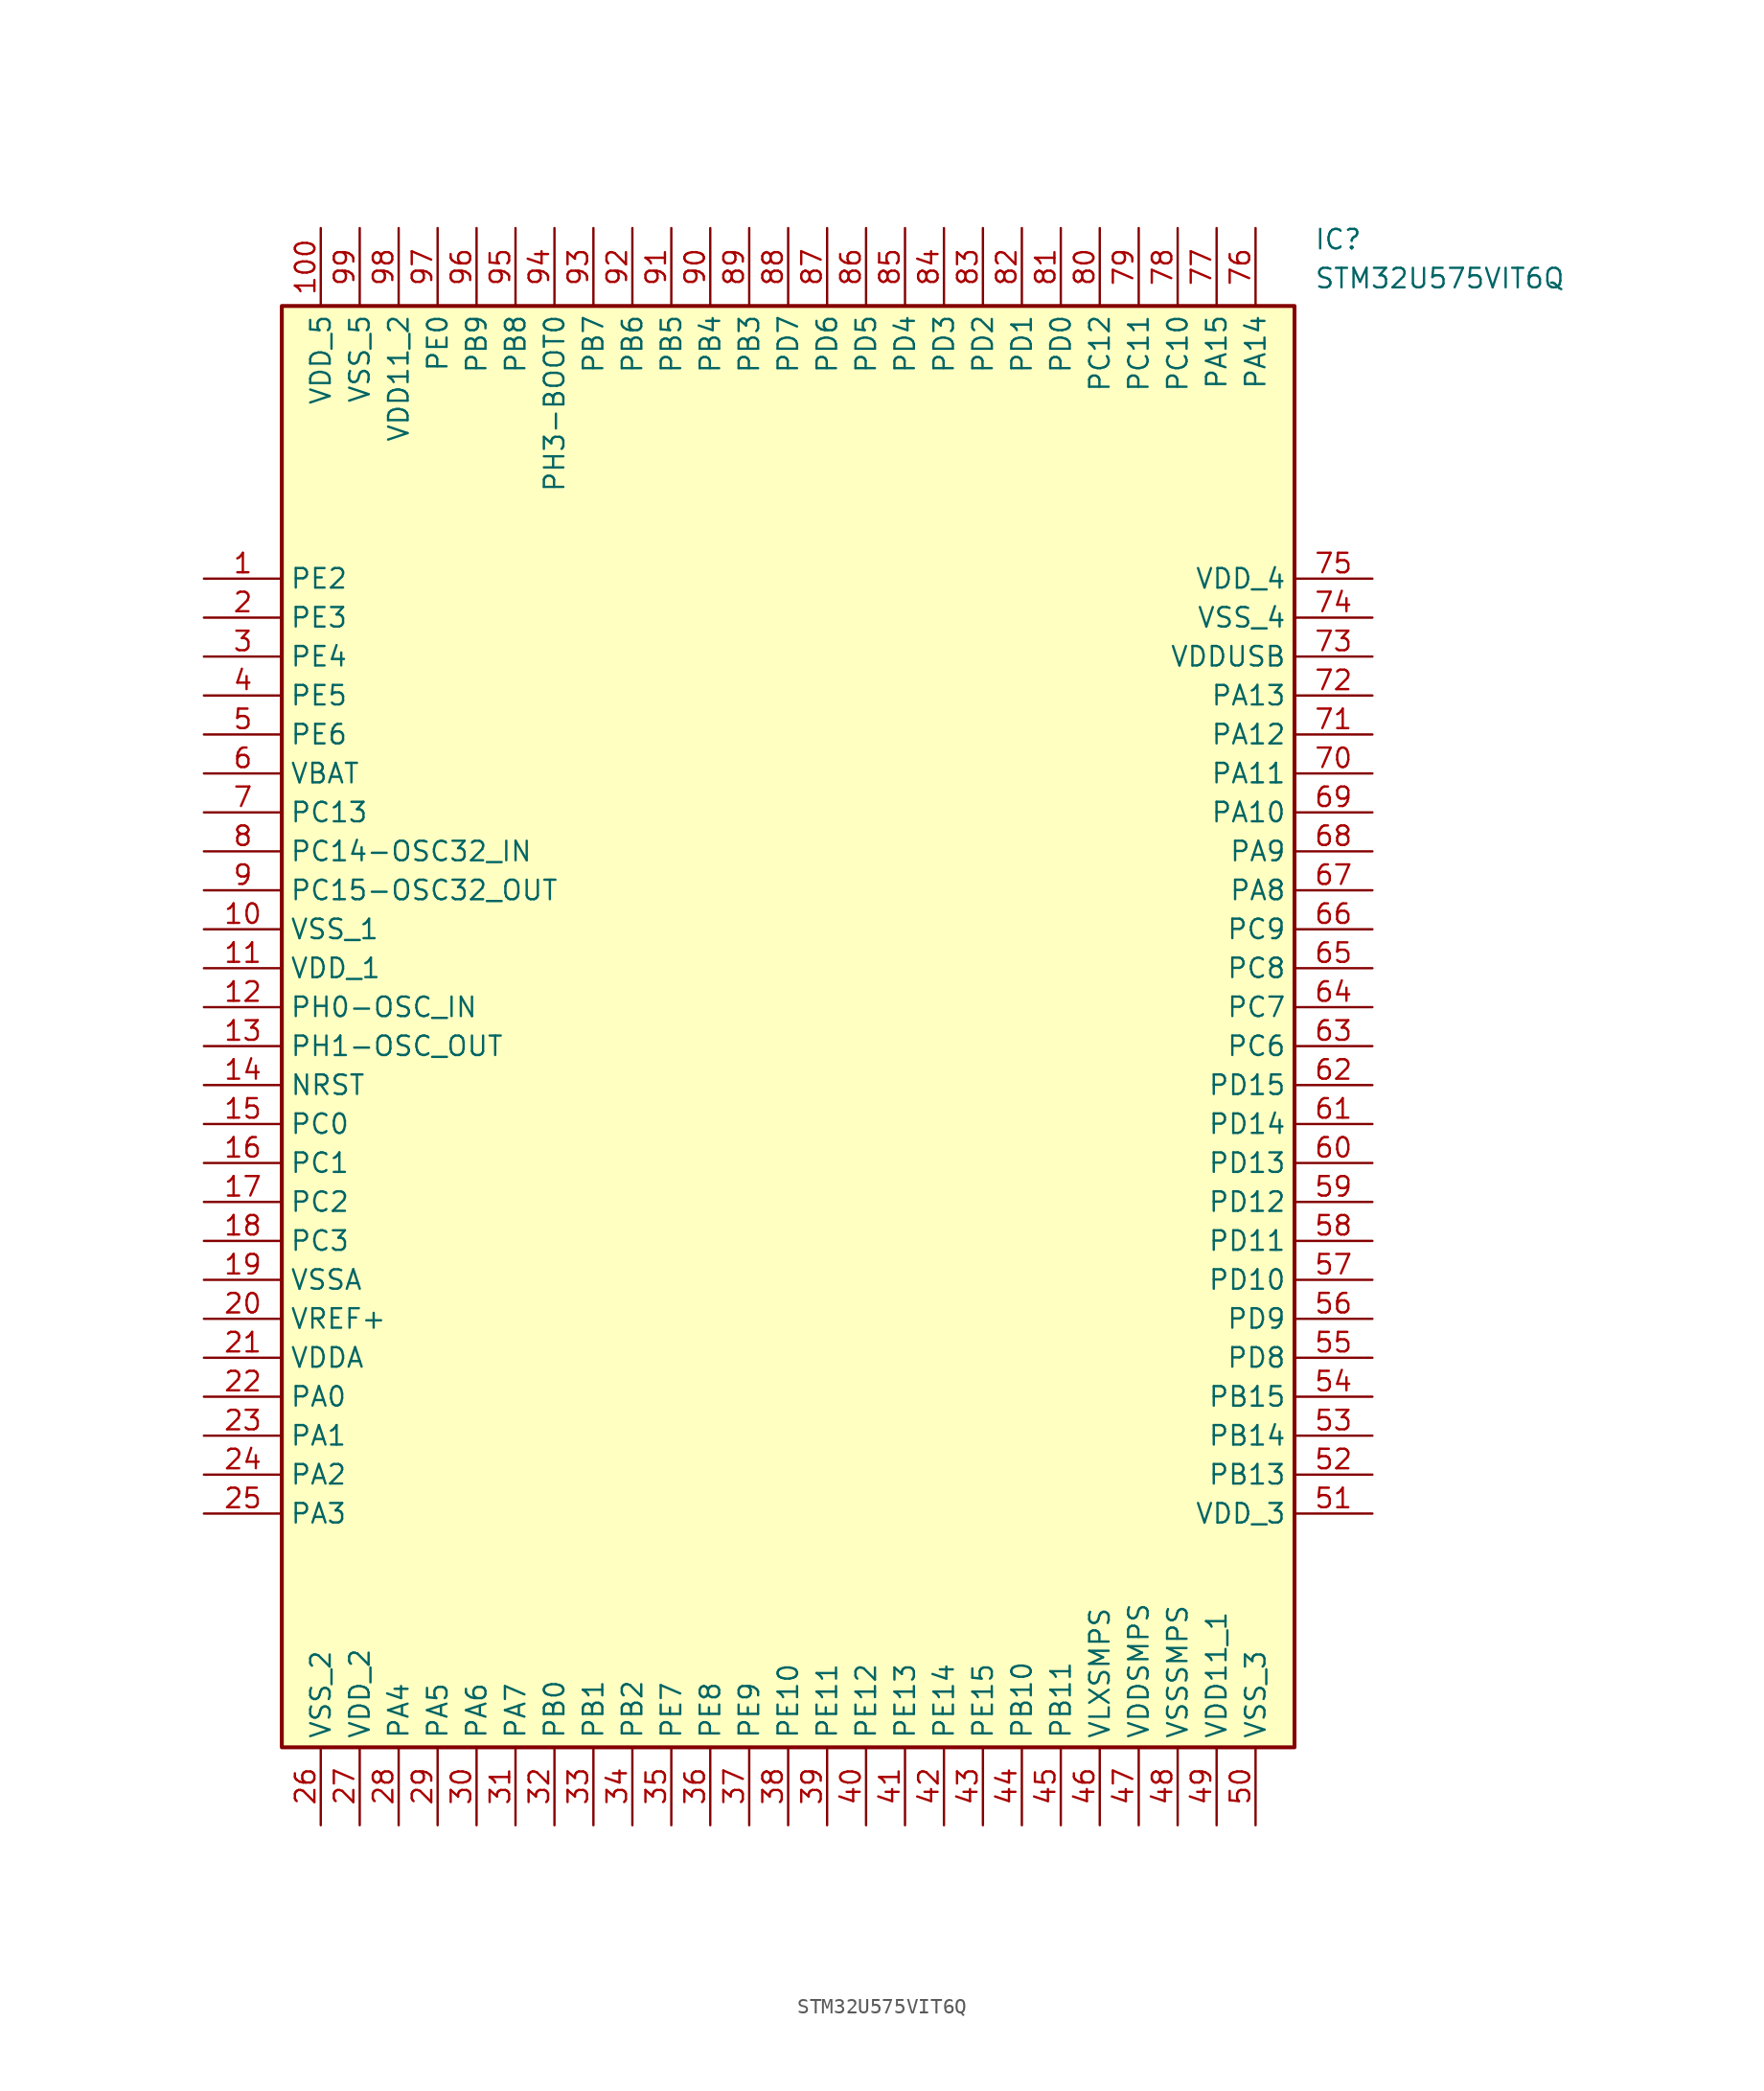
<source format=kicad_sym>
(kicad_symbol_lib
  (version 20211014)
  (generator SamacSys_ECAD_Model)
  (symbol "STM32U575VIT6Q"
    (property "Reference" "IC"
      (at 72.39 22.86 0)
      (effects (font (size 1.27 1.27)) (justify left top)))
    (property "Value" "STM32U575VIT6Q"
      (at 72.39 20.32 0)
      (effects (font (size 1.27 1.27)) (justify left top)))
    (rectangle
      (start 5.08 17.78)
      (end 71.12 -76.2)
      (stroke (width 0.254) (type default))
      (fill (type background)))
    (pin passive line
      (at 0 0 0)
      (length 5.08)
      (name "PE2" (effects (font (size 1.27 1.27))))
      (number "1" (effects (font (size 1.27 1.27)))))
    (pin passive line
      (at 0 -2.54 0)
      (length 5.08)
      (name "PE3" (effects (font (size 1.27 1.27))))
      (number "2" (effects (font (size 1.27 1.27)))))
    (pin passive line
      (at 0 -5.08 0)
      (length 5.08)
      (name "PE4" (effects (font (size 1.27 1.27))))
      (number "3" (effects (font (size 1.27 1.27)))))
    (pin passive line
      (at 0 -7.62 0)
      (length 5.08)
      (name "PE5" (effects (font (size 1.27 1.27))))
      (number "4" (effects (font (size 1.27 1.27)))))
    (pin passive line
      (at 0 -10.16 0)
      (length 5.08)
      (name "PE6" (effects (font (size 1.27 1.27))))
      (number "5" (effects (font (size 1.27 1.27)))))
    (pin passive line
      (at 0 -12.7 0)
      (length 5.08)
      (name "VBAT" (effects (font (size 1.27 1.27))))
      (number "6" (effects (font (size 1.27 1.27)))))
    (pin passive line
      (at 0 -15.24 0)
      (length 5.08)
      (name "PC13" (effects (font (size 1.27 1.27))))
      (number "7" (effects (font (size 1.27 1.27)))))
    (pin passive line
      (at 0 -17.78 0)
      (length 5.08)
      (name "PC14-OSC32_IN" (effects (font (size 1.27 1.27))))
      (number "8" (effects (font (size 1.27 1.27)))))
    (pin passive line
      (at 0 -20.32 0)
      (length 5.08)
      (name "PC15-OSC32_OUT" (effects (font (size 1.27 1.27))))
      (number "9" (effects (font (size 1.27 1.27)))))
    (pin passive line
      (at 0 -22.86 0)
      (length 5.08)
      (name "VSS_1" (effects (font (size 1.27 1.27))))
      (number "10" (effects (font (size 1.27 1.27)))))
    (pin passive line
      (at 0 -25.4 0)
      (length 5.08)
      (name "VDD_1" (effects (font (size 1.27 1.27))))
      (number "11" (effects (font (size 1.27 1.27)))))
    (pin passive line
      (at 0 -27.94 0)
      (length 5.08)
      (name "PH0-OSC_IN" (effects (font (size 1.27 1.27))))
      (number "12" (effects (font (size 1.27 1.27)))))
    (pin passive line
      (at 0 -30.48 0)
      (length 5.08)
      (name "PH1-OSC_OUT" (effects (font (size 1.27 1.27))))
      (number "13" (effects (font (size 1.27 1.27)))))
    (pin passive line
      (at 0 -33.02 0)
      (length 5.08)
      (name "NRST" (effects (font (size 1.27 1.27))))
      (number "14" (effects (font (size 1.27 1.27)))))
    (pin passive line
      (at 0 -35.56 0)
      (length 5.08)
      (name "PC0" (effects (font (size 1.27 1.27))))
      (number "15" (effects (font (size 1.27 1.27)))))
    (pin passive line
      (at 0 -38.1 0)
      (length 5.08)
      (name "PC1" (effects (font (size 1.27 1.27))))
      (number "16" (effects (font (size 1.27 1.27)))))
    (pin passive line
      (at 0 -40.64 0)
      (length 5.08)
      (name "PC2" (effects (font (size 1.27 1.27))))
      (number "17" (effects (font (size 1.27 1.27)))))
    (pin passive line
      (at 0 -43.18 0)
      (length 5.08)
      (name "PC3" (effects (font (size 1.27 1.27))))
      (number "18" (effects (font (size 1.27 1.27)))))
    (pin passive line
      (at 0 -45.72 0)
      (length 5.08)
      (name "VSSA" (effects (font (size 1.27 1.27))))
      (number "19" (effects (font (size 1.27 1.27)))))
    (pin passive line
      (at 0 -48.26 0)
      (length 5.08)
      (name "VREF+" (effects (font (size 1.27 1.27))))
      (number "20" (effects (font (size 1.27 1.27)))))
    (pin passive line
      (at 0 -50.8 0)
      (length 5.08)
      (name "VDDA" (effects (font (size 1.27 1.27))))
      (number "21" (effects (font (size 1.27 1.27)))))
    (pin passive line
      (at 0 -53.34 0)
      (length 5.08)
      (name "PA0" (effects (font (size 1.27 1.27))))
      (number "22" (effects (font (size 1.27 1.27)))))
    (pin passive line
      (at 0 -55.88 0)
      (length 5.08)
      (name "PA1" (effects (font (size 1.27 1.27))))
      (number "23" (effects (font (size 1.27 1.27)))))
    (pin passive line
      (at 0 -58.42 0)
      (length 5.08)
      (name "PA2" (effects (font (size 1.27 1.27))))
      (number "24" (effects (font (size 1.27 1.27)))))
    (pin passive line
      (at 0 -60.96 0)
      (length 5.08)
      (name "PA3" (effects (font (size 1.27 1.27))))
      (number "25" (effects (font (size 1.27 1.27)))))
    (pin passive line
      (at 7.62 -81.28 90)
      (length 5.08)
      (name "VSS_2" (effects (font (size 1.27 1.27))))
      (number "26" (effects (font (size 1.27 1.27)))))
    (pin passive line
      (at 10.16 -81.28 90)
      (length 5.08)
      (name "VDD_2" (effects (font (size 1.27 1.27))))
      (number "27" (effects (font (size 1.27 1.27)))))
    (pin passive line
      (at 12.7 -81.28 90)
      (length 5.08)
      (name "PA4" (effects (font (size 1.27 1.27))))
      (number "28" (effects (font (size 1.27 1.27)))))
    (pin passive line
      (at 15.24 -81.28 90)
      (length 5.08)
      (name "PA5" (effects (font (size 1.27 1.27))))
      (number "29" (effects (font (size 1.27 1.27)))))
    (pin passive line
      (at 17.78 -81.28 90)
      (length 5.08)
      (name "PA6" (effects (font (size 1.27 1.27))))
      (number "30" (effects (font (size 1.27 1.27)))))
    (pin passive line
      (at 20.32 -81.28 90)
      (length 5.08)
      (name "PA7" (effects (font (size 1.27 1.27))))
      (number "31" (effects (font (size 1.27 1.27)))))
    (pin passive line
      (at 22.86 -81.28 90)
      (length 5.08)
      (name "PB0" (effects (font (size 1.27 1.27))))
      (number "32" (effects (font (size 1.27 1.27)))))
    (pin passive line
      (at 25.4 -81.28 90)
      (length 5.08)
      (name "PB1" (effects (font (size 1.27 1.27))))
      (number "33" (effects (font (size 1.27 1.27)))))
    (pin passive line
      (at 27.94 -81.28 90)
      (length 5.08)
      (name "PB2" (effects (font (size 1.27 1.27))))
      (number "34" (effects (font (size 1.27 1.27)))))
    (pin passive line
      (at 30.48 -81.28 90)
      (length 5.08)
      (name "PE7" (effects (font (size 1.27 1.27))))
      (number "35" (effects (font (size 1.27 1.27)))))
    (pin passive line
      (at 33.02 -81.28 90)
      (length 5.08)
      (name "PE8" (effects (font (size 1.27 1.27))))
      (number "36" (effects (font (size 1.27 1.27)))))
    (pin passive line
      (at 35.56 -81.28 90)
      (length 5.08)
      (name "PE9" (effects (font (size 1.27 1.27))))
      (number "37" (effects (font (size 1.27 1.27)))))
    (pin passive line
      (at 38.1 -81.28 90)
      (length 5.08)
      (name "PE10" (effects (font (size 1.27 1.27))))
      (number "38" (effects (font (size 1.27 1.27)))))
    (pin passive line
      (at 40.64 -81.28 90)
      (length 5.08)
      (name "PE11" (effects (font (size 1.27 1.27))))
      (number "39" (effects (font (size 1.27 1.27)))))
    (pin passive line
      (at 43.18 -81.28 90)
      (length 5.08)
      (name "PE12" (effects (font (size 1.27 1.27))))
      (number "40" (effects (font (size 1.27 1.27)))))
    (pin passive line
      (at 45.72 -81.28 90)
      (length 5.08)
      (name "PE13" (effects (font (size 1.27 1.27))))
      (number "41" (effects (font (size 1.27 1.27)))))
    (pin passive line
      (at 48.26 -81.28 90)
      (length 5.08)
      (name "PE14" (effects (font (size 1.27 1.27))))
      (number "42" (effects (font (size 1.27 1.27)))))
    (pin passive line
      (at 50.8 -81.28 90)
      (length 5.08)
      (name "PE15" (effects (font (size 1.27 1.27))))
      (number "43" (effects (font (size 1.27 1.27)))))
    (pin passive line
      (at 53.34 -81.28 90)
      (length 5.08)
      (name "PB10" (effects (font (size 1.27 1.27))))
      (number "44" (effects (font (size 1.27 1.27)))))
    (pin passive line
      (at 55.88 -81.28 90)
      (length 5.08)
      (name "PB11" (effects (font (size 1.27 1.27))))
      (number "45" (effects (font (size 1.27 1.27)))))
    (pin passive line
      (at 58.42 -81.28 90)
      (length 5.08)
      (name "VLXSMPS" (effects (font (size 1.27 1.27))))
      (number "46" (effects (font (size 1.27 1.27)))))
    (pin passive line
      (at 60.96 -81.28 90)
      (length 5.08)
      (name "VDDSMPS" (effects (font (size 1.27 1.27))))
      (number "47" (effects (font (size 1.27 1.27)))))
    (pin passive line
      (at 63.5 -81.28 90)
      (length 5.08)
      (name "VSSSMPS" (effects (font (size 1.27 1.27))))
      (number "48" (effects (font (size 1.27 1.27)))))
    (pin passive line
      (at 66.04 -81.28 90)
      (length 5.08)
      (name "VDD11_1" (effects (font (size 1.27 1.27))))
      (number "49" (effects (font (size 1.27 1.27)))))
    (pin passive line
      (at 68.58 -81.28 90)
      (length 5.08)
      (name "VSS_3" (effects (font (size 1.27 1.27))))
      (number "50" (effects (font (size 1.27 1.27)))))
    (pin passive line
      (at 76.2 0 180)
      (length 5.08)
      (name "VDD_4" (effects (font (size 1.27 1.27))))
      (number "75" (effects (font (size 1.27 1.27)))))
    (pin passive line
      (at 76.2 -2.54 180)
      (length 5.08)
      (name "VSS_4" (effects (font (size 1.27 1.27))))
      (number "74" (effects (font (size 1.27 1.27)))))
    (pin passive line
      (at 76.2 -5.08 180)
      (length 5.08)
      (name "VDDUSB" (effects (font (size 1.27 1.27))))
      (number "73" (effects (font (size 1.27 1.27)))))
    (pin passive line
      (at 76.2 -7.62 180)
      (length 5.08)
      (name "PA13" (effects (font (size 1.27 1.27))))
      (number "72" (effects (font (size 1.27 1.27)))))
    (pin passive line
      (at 76.2 -10.16 180)
      (length 5.08)
      (name "PA12" (effects (font (size 1.27 1.27))))
      (number "71" (effects (font (size 1.27 1.27)))))
    (pin passive line
      (at 76.2 -12.7 180)
      (length 5.08)
      (name "PA11" (effects (font (size 1.27 1.27))))
      (number "70" (effects (font (size 1.27 1.27)))))
    (pin passive line
      (at 76.2 -15.24 180)
      (length 5.08)
      (name "PA10" (effects (font (size 1.27 1.27))))
      (number "69" (effects (font (size 1.27 1.27)))))
    (pin passive line
      (at 76.2 -17.78 180)
      (length 5.08)
      (name "PA9" (effects (font (size 1.27 1.27))))
      (number "68" (effects (font (size 1.27 1.27)))))
    (pin passive line
      (at 76.2 -20.32 180)
      (length 5.08)
      (name "PA8" (effects (font (size 1.27 1.27))))
      (number "67" (effects (font (size 1.27 1.27)))))
    (pin passive line
      (at 76.2 -22.86 180)
      (length 5.08)
      (name "PC9" (effects (font (size 1.27 1.27))))
      (number "66" (effects (font (size 1.27 1.27)))))
    (pin passive line
      (at 76.2 -25.4 180)
      (length 5.08)
      (name "PC8" (effects (font (size 1.27 1.27))))
      (number "65" (effects (font (size 1.27 1.27)))))
    (pin passive line
      (at 76.2 -27.94 180)
      (length 5.08)
      (name "PC7" (effects (font (size 1.27 1.27))))
      (number "64" (effects (font (size 1.27 1.27)))))
    (pin passive line
      (at 76.2 -30.48 180)
      (length 5.08)
      (name "PC6" (effects (font (size 1.27 1.27))))
      (number "63" (effects (font (size 1.27 1.27)))))
    (pin passive line
      (at 76.2 -33.02 180)
      (length 5.08)
      (name "PD15" (effects (font (size 1.27 1.27))))
      (number "62" (effects (font (size 1.27 1.27)))))
    (pin passive line
      (at 76.2 -35.56 180)
      (length 5.08)
      (name "PD14" (effects (font (size 1.27 1.27))))
      (number "61" (effects (font (size 1.27 1.27)))))
    (pin passive line
      (at 76.2 -38.1 180)
      (length 5.08)
      (name "PD13" (effects (font (size 1.27 1.27))))
      (number "60" (effects (font (size 1.27 1.27)))))
    (pin passive line
      (at 76.2 -40.64 180)
      (length 5.08)
      (name "PD12" (effects (font (size 1.27 1.27))))
      (number "59" (effects (font (size 1.27 1.27)))))
    (pin passive line
      (at 76.2 -43.18 180)
      (length 5.08)
      (name "PD11" (effects (font (size 1.27 1.27))))
      (number "58" (effects (font (size 1.27 1.27)))))
    (pin passive line
      (at 76.2 -45.72 180)
      (length 5.08)
      (name "PD10" (effects (font (size 1.27 1.27))))
      (number "57" (effects (font (size 1.27 1.27)))))
    (pin passive line
      (at 76.2 -48.26 180)
      (length 5.08)
      (name "PD9" (effects (font (size 1.27 1.27))))
      (number "56" (effects (font (size 1.27 1.27)))))
    (pin passive line
      (at 76.2 -50.8 180)
      (length 5.08)
      (name "PD8" (effects (font (size 1.27 1.27))))
      (number "55" (effects (font (size 1.27 1.27)))))
    (pin passive line
      (at 76.2 -53.34 180)
      (length 5.08)
      (name "PB15" (effects (font (size 1.27 1.27))))
      (number "54" (effects (font (size 1.27 1.27)))))
    (pin passive line
      (at 76.2 -55.88 180)
      (length 5.08)
      (name "PB14" (effects (font (size 1.27 1.27))))
      (number "53" (effects (font (size 1.27 1.27)))))
    (pin passive line
      (at 76.2 -58.42 180)
      (length 5.08)
      (name "PB13" (effects (font (size 1.27 1.27))))
      (number "52" (effects (font (size 1.27 1.27)))))
    (pin passive line
      (at 76.2 -60.96 180)
      (length 5.08)
      (name "VDD_3" (effects (font (size 1.27 1.27))))
      (number "51" (effects (font (size 1.27 1.27)))))
    (pin passive line
      (at 7.62 22.86 270)
      (length 5.08)
      (name "VDD_5" (effects (font (size 1.27 1.27))))
      (number "100" (effects (font (size 1.27 1.27)))))
    (pin passive line
      (at 10.16 22.86 270)
      (length 5.08)
      (name "VSS_5" (effects (font (size 1.27 1.27))))
      (number "99" (effects (font (size 1.27 1.27)))))
    (pin passive line
      (at 12.7 22.86 270)
      (length 5.08)
      (name "VDD11_2" (effects (font (size 1.27 1.27))))
      (number "98" (effects (font (size 1.27 1.27)))))
    (pin passive line
      (at 15.24 22.86 270)
      (length 5.08)
      (name "PE0" (effects (font (size 1.27 1.27))))
      (number "97" (effects (font (size 1.27 1.27)))))
    (pin passive line
      (at 17.78 22.86 270)
      (length 5.08)
      (name "PB9" (effects (font (size 1.27 1.27))))
      (number "96" (effects (font (size 1.27 1.27)))))
    (pin passive line
      (at 20.32 22.86 270)
      (length 5.08)
      (name "PB8" (effects (font (size 1.27 1.27))))
      (number "95" (effects (font (size 1.27 1.27)))))
    (pin passive line
      (at 22.86 22.86 270)
      (length 5.08)
      (name "PH3-BOOT0" (effects (font (size 1.27 1.27))))
      (number "94" (effects (font (size 1.27 1.27)))))
    (pin passive line
      (at 25.4 22.86 270)
      (length 5.08)
      (name "PB7" (effects (font (size 1.27 1.27))))
      (number "93" (effects (font (size 1.27 1.27)))))
    (pin passive line
      (at 27.94 22.86 270)
      (length 5.08)
      (name "PB6" (effects (font (size 1.27 1.27))))
      (number "92" (effects (font (size 1.27 1.27)))))
    (pin passive line
      (at 30.48 22.86 270)
      (length 5.08)
      (name "PB5" (effects (font (size 1.27 1.27))))
      (number "91" (effects (font (size 1.27 1.27)))))
    (pin passive line
      (at 33.02 22.86 270)
      (length 5.08)
      (name "PB4" (effects (font (size 1.27 1.27))))
      (number "90" (effects (font (size 1.27 1.27)))))
    (pin passive line
      (at 35.56 22.86 270)
      (length 5.08)
      (name "PB3" (effects (font (size 1.27 1.27))))
      (number "89" (effects (font (size 1.27 1.27)))))
    (pin passive line
      (at 38.1 22.86 270)
      (length 5.08)
      (name "PD7" (effects (font (size 1.27 1.27))))
      (number "88" (effects (font (size 1.27 1.27)))))
    (pin passive line
      (at 40.64 22.86 270)
      (length 5.08)
      (name "PD6" (effects (font (size 1.27 1.27))))
      (number "87" (effects (font (size 1.27 1.27)))))
    (pin passive line
      (at 43.18 22.86 270)
      (length 5.08)
      (name "PD5" (effects (font (size 1.27 1.27))))
      (number "86" (effects (font (size 1.27 1.27)))))
    (pin passive line
      (at 45.72 22.86 270)
      (length 5.08)
      (name "PD4" (effects (font (size 1.27 1.27))))
      (number "85" (effects (font (size 1.27 1.27)))))
    (pin passive line
      (at 48.26 22.86 270)
      (length 5.08)
      (name "PD3" (effects (font (size 1.27 1.27))))
      (number "84" (effects (font (size 1.27 1.27)))))
    (pin passive line
      (at 50.8 22.86 270)
      (length 5.08)
      (name "PD2" (effects (font (size 1.27 1.27))))
      (number "83" (effects (font (size 1.27 1.27)))))
    (pin passive line
      (at 53.34 22.86 270)
      (length 5.08)
      (name "PD1" (effects (font (size 1.27 1.27))))
      (number "82" (effects (font (size 1.27 1.27)))))
    (pin passive line
      (at 55.88 22.86 270)
      (length 5.08)
      (name "PD0" (effects (font (size 1.27 1.27))))
      (number "81" (effects (font (size 1.27 1.27)))))
    (pin passive line
      (at 58.42 22.86 270)
      (length 5.08)
      (name "PC12" (effects (font (size 1.27 1.27))))
      (number "80" (effects (font (size 1.27 1.27)))))
    (pin passive line
      (at 60.96 22.86 270)
      (length 5.08)
      (name "PC11" (effects (font (size 1.27 1.27))))
      (number "79" (effects (font (size 1.27 1.27)))))
    (pin passive line
      (at 63.5 22.86 270)
      (length 5.08)
      (name "PC10" (effects (font (size 1.27 1.27))))
      (number "78" (effects (font (size 1.27 1.27)))))
    (pin passive line
      (at 66.04 22.86 270)
      (length 5.08)
      (name "PA15" (effects (font (size 1.27 1.27))))
      (number "77" (effects (font (size 1.27 1.27)))))
    (pin passive line
      (at 68.58 22.86 270)
      (length 5.08)
      (name "PA14" (effects (font (size 1.27 1.27))))
      (number "76" (effects (font (size 1.27 1.27)))))))
</source>
